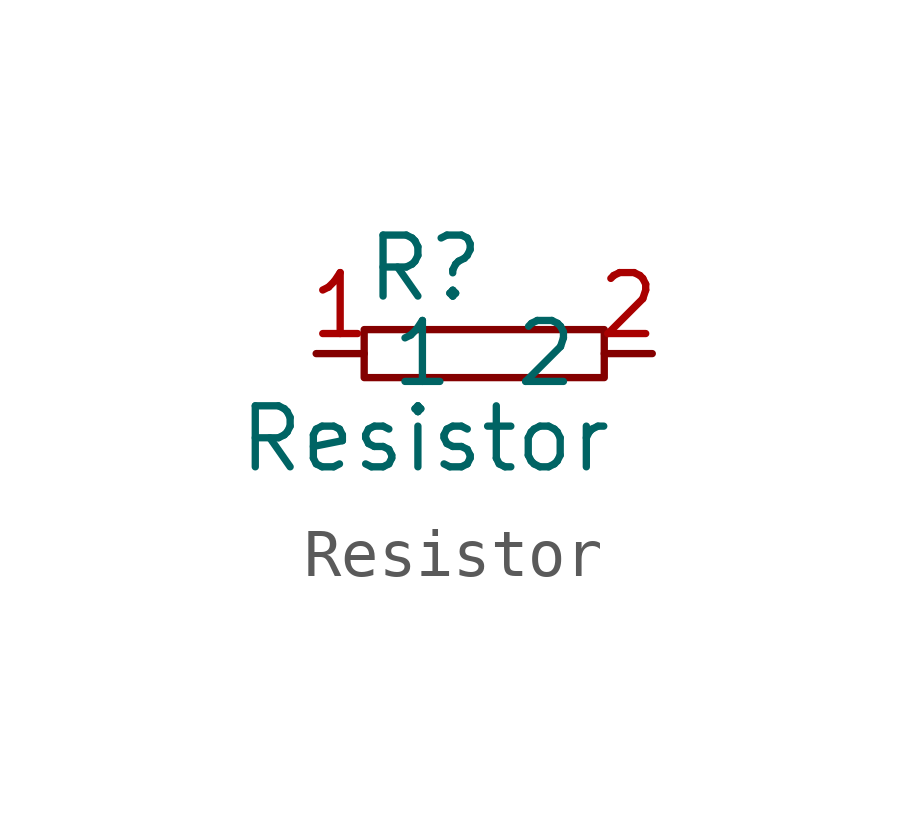
<source format=kicad_sym>
(kicad_symbol_lib
  (version 20231120)
  (generator "kicad_symbol_editor")
  (generator_version "8.0")
  (symbol "Resistor"
    (property "Reference" "R"
      (at 1.27 1.778 0)
      (effects (font (size 1.27 1.27))))
    (property "Value" "Resistor"
      (at 1.27 -1.778 0)
      (effects (font (size 1.27 1.27))))
    (symbol "Resistor_0_1"
      (rectangle (start 0 0.5) (end 5 -0.5) (stroke (width 0) (type default)) (fill (type none))))
    (symbol "Resistor_1_1"
      (pin passive line (at -1 0 0) (length 1) (name "1" (effects (font (size 1.27 1.27)))) (number "1" (effects (font (size 1.27 1.27)))))
      (pin passive line (at 6 0 180) (length 1) (name "2" (effects (font (size 1.27 1.27)))) (number "2" (effects (font (size 1.27 1.27))))))))
</source>
